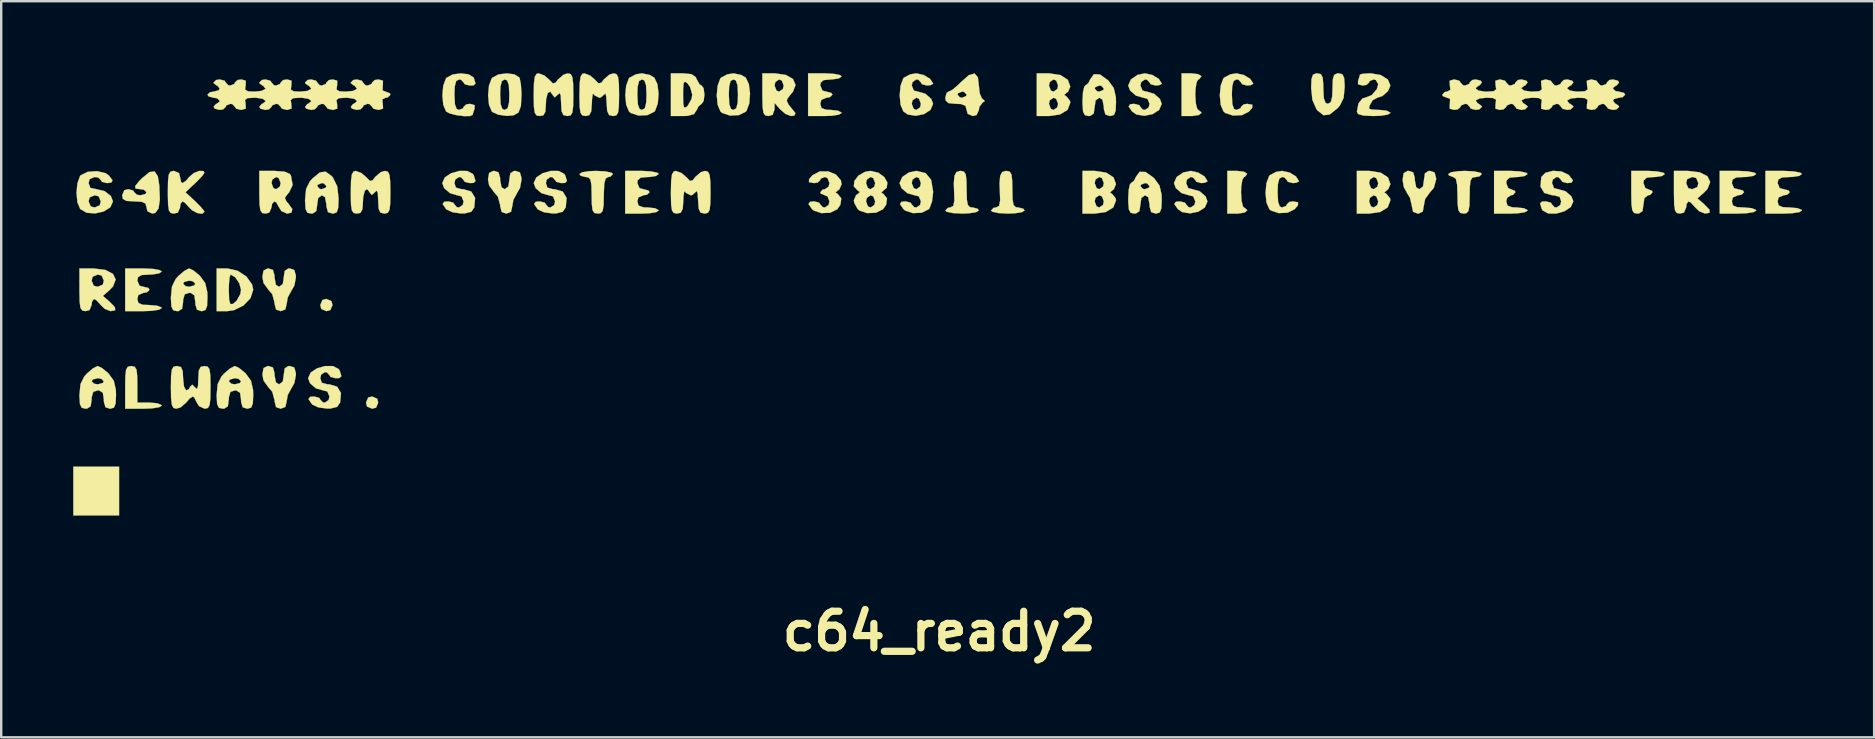
<source format=kicad_pcb>
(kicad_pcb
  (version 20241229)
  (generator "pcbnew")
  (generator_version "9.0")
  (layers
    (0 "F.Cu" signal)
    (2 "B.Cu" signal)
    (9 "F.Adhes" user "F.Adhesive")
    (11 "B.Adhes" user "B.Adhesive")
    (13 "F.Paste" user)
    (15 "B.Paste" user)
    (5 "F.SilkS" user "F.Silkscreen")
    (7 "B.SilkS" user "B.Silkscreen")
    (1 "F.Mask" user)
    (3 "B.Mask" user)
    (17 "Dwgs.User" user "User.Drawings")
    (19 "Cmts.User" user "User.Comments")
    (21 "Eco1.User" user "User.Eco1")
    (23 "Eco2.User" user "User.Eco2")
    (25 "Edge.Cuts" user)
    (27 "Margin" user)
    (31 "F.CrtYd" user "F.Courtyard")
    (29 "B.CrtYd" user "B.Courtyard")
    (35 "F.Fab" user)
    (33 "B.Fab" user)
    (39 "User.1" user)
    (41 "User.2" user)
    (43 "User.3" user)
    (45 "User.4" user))
  (footprint "c64_ready2"
    (layer "F.Cu")
    (at 36.073 23.246)
    (property "Reference" "c64_ready2" (at 0 0 0) (layer "F.SilkS") (effects (font (size 1.524 1.524) (thickness 0.3))))
    (attr through_hole)
    (fp_poly (pts (xy -34.163 -4.826) (xy -36.068 -4.826) (xy -36.068 -6.858) (xy -34.163 -6.858) (xy -34.163 -4.826)) (stroke (width 0.01) (type solid)) (fill yes) (layer "F.SilkS"))
    (fp_poly (pts (xy -25.315 -13.753) (xy -25.273 -13.589) (xy -25.363 -13.377) (xy -25.527 -13.335) (xy -25.739 -13.425) (xy -25.781 -13.589) (xy -25.691 -13.801) (xy -25.527 -13.843) (xy -25.315 -13.753)) (stroke (width 0.01) (type solid)) (fill yes) (layer "F.SilkS"))
    (fp_poly (pts (xy -23.41 -9.689) (xy -23.368 -9.525) (xy -23.458 -9.313) (xy -23.622 -9.271) (xy -23.834 -9.361) (xy -23.876 -9.525) (xy -23.786 -9.737) (xy -23.622 -9.779) (xy -23.41 -9.689)) (stroke (width 0.01) (type solid)) (fill yes) (layer "F.SilkS"))
    (fp_poly (pts (xy -33.513 -11.021) (xy -33.436 -10.899) (xy -33.406 -10.625) (xy -33.401 -10.287) (xy -33.401 -9.525) (xy -32.893 -9.525) (xy -32.575 -9.497) (xy -32.398 -9.426) (xy -32.385 -9.398) (xy -32.501 -9.33) (xy -32.803 -9.284) (xy -33.147 -9.271) (xy -33.909 -9.271) (xy -33.909 -10.16) (xy -33.902 -10.627) (xy -33.871 -10.895) (xy -33.801 -11.017) (xy -33.675 -11.049) (xy -33.655 -11.049) (xy -33.513 -11.021)) (stroke (width 0.01) (type solid)) (fill yes) (layer "F.SilkS"))
    (fp_poly (pts (xy 10.79 -23.207) (xy 10.921 -23.124) (xy 10.922 -23.114) (xy 10.825 -22.991) (xy 10.795 -22.987) (xy 10.723 -22.873) (xy 10.677 -22.581) (xy 10.668 -22.352) (xy 10.691 -21.99) (xy 10.749 -21.76) (xy 10.795 -21.717) (xy 10.918 -21.62) (xy 10.922 -21.59) (xy 10.811 -21.504) (xy 10.54 -21.463) (xy 10.509 -21.463) (xy 10.097 -21.463) (xy 10.097 -23.241) (xy 10.509 -23.241) (xy 10.79 -23.207)) (stroke (width 0.01) (type solid)) (fill yes) (layer "F.SilkS"))
    (fp_poly (pts (xy 12.695 -19.143) (xy 12.826 -19.06) (xy 12.827 -19.05) (xy 12.73 -18.927) (xy 12.7 -18.923) (xy 12.628 -18.809) (xy 12.582 -18.517) (xy 12.573 -18.288) (xy 12.596 -17.926) (xy 12.654 -17.696) (xy 12.7 -17.653) (xy 12.823 -17.556) (xy 12.827 -17.526) (xy 12.716 -17.44) (xy 12.445 -17.399) (xy 12.414 -17.399) (xy 12.002 -17.399) (xy 12.002 -19.177) (xy 12.414 -19.177) (xy 12.695 -19.143)) (stroke (width 0.01) (type solid)) (fill yes) (layer "F.SilkS"))
    (fp_poly (pts (xy -13.905 -19.156) (xy -13.651 -19.102) (xy -13.589 -19.05) (xy -13.692 -18.937) (xy -13.78 -18.923) (xy -13.89 -18.864) (xy -13.95 -18.657) (xy -13.97 -18.253) (xy -13.97 -18.161) (xy -13.979 -17.735) (xy -14.02 -17.505) (xy -14.111 -17.413) (xy -14.224 -17.399) (xy -14.366 -17.427) (xy -14.443 -17.549) (xy -14.473 -17.823) (xy -14.478 -18.161) (xy -14.487 -18.587) (xy -14.528 -18.817) (xy -14.619 -18.909) (xy -14.732 -18.923) (xy -14.938 -18.976) (xy -14.986 -19.05) (xy -14.871 -19.12) (xy -14.575 -19.166) (xy -14.287 -19.177) (xy -13.905 -19.156)) (stroke (width 0.01) (type solid)) (fill yes) (layer "F.SilkS"))
    (fp_poly (pts (xy 1.031 -19.149) (xy 1.108 -19.027) (xy 1.138 -18.753) (xy 1.143 -18.415) (xy 1.152 -17.989) (xy 1.193 -17.759) (xy 1.284 -17.667) (xy 1.397 -17.653) (xy 1.603 -17.6) (xy 1.651 -17.526) (xy 1.536 -17.456) (xy 1.24 -17.41) (xy 0.953 -17.399) (xy 0.57 -17.42) (xy 0.316 -17.474) (xy 0.254 -17.526) (xy 0.358 -17.637) (xy 0.455 -17.653) (xy 0.59 -17.719) (xy 0.633 -17.951) (xy 0.628 -18.129) (xy 0.609 -18.653) (xy 0.635 -18.971) (xy 0.719 -19.13) (xy 0.872 -19.177) (xy 0.889 -19.177) (xy 1.031 -19.149)) (stroke (width 0.01) (type solid)) (fill yes) (layer "F.SilkS"))
    (fp_poly (pts (xy 2.936 -19.149) (xy 3.013 -19.027) (xy 3.043 -18.753) (xy 3.048 -18.415) (xy 3.057 -17.989) (xy 3.098 -17.759) (xy 3.189 -17.667) (xy 3.302 -17.653) (xy 3.508 -17.6) (xy 3.556 -17.526) (xy 3.441 -17.456) (xy 3.145 -17.41) (xy 2.857 -17.399) (xy 2.475 -17.42) (xy 2.221 -17.474) (xy 2.159 -17.526) (xy 2.263 -17.637) (xy 2.36 -17.653) (xy 2.495 -17.719) (xy 2.538 -17.951) (xy 2.533 -18.129) (xy 2.514 -18.653) (xy 2.54 -18.971) (xy 2.624 -19.13) (xy 2.777 -19.177) (xy 2.794 -19.177) (xy 2.936 -19.149)) (stroke (width 0.01) (type solid)) (fill yes) (layer "F.SilkS"))
    (fp_poly (pts (xy 22.29 -19.156) (xy 22.544 -19.102) (xy 22.606 -19.05) (xy 22.5 -18.947) (xy 22.352 -18.923) (xy 22.21 -18.895) (xy 22.133 -18.773) (xy 22.103 -18.499) (xy 22.098 -18.161) (xy 22.089 -17.735) (xy 22.048 -17.505) (xy 21.957 -17.413) (xy 21.844 -17.399) (xy 21.702 -17.427) (xy 21.625 -17.549) (xy 21.595 -17.823) (xy 21.59 -18.161) (xy 21.575 -18.603) (xy 21.524 -18.841) (xy 21.422 -18.921) (xy 21.399 -18.923) (xy 21.23 -18.992) (xy 21.209 -19.05) (xy 21.324 -19.12) (xy 21.62 -19.166) (xy 21.907 -19.177) (xy 22.29 -19.156)) (stroke (width 0.01) (type solid)) (fill yes) (layer "F.SilkS"))
    (fp_poly (pts (xy -29.224 -15.018) (xy -28.857 -14.776) (xy -28.622 -14.447) (xy -28.575 -14.224) (xy -28.689 -13.873) (xy -28.982 -13.569) (xy -29.38 -13.374) (xy -29.649 -13.335) (xy -30.099 -13.335) (xy -30.099 -14.224) (xy -29.591 -14.224) (xy -29.579 -13.814) (xy -29.528 -13.628) (xy -29.417 -13.637) (xy -29.264 -13.77) (xy -29.113 -14.045) (xy -29.083 -14.224) (xy -29.155 -14.495) (xy -29.322 -14.742) (xy -29.509 -14.859) (xy -29.518 -14.859) (xy -29.56 -14.745) (xy -29.586 -14.453) (xy -29.591 -14.224) (xy -30.099 -14.224) (xy -30.099 -15.113) (xy -29.649 -15.113) (xy -29.224 -15.018)) (stroke (width 0.01) (type solid)) (fill yes) (layer "F.SilkS"))
    (fp_poly (pts (xy 29.91 -19.156) (xy 30.164 -19.102) (xy 30.226 -19.05) (xy 30.114 -18.966) (xy 29.84 -18.924) (xy 29.782 -18.923) (xy 29.475 -18.895) (xy 29.352 -18.784) (xy 29.337 -18.669) (xy 29.416 -18.462) (xy 29.527 -18.415) (xy 29.697 -18.346) (xy 29.718 -18.288) (xy 29.615 -18.175) (xy 29.527 -18.161) (xy 29.376 -18.047) (xy 29.337 -17.78) (xy 29.297 -17.501) (xy 29.149 -17.403) (xy 29.083 -17.399) (xy 28.95 -17.423) (xy 28.873 -17.531) (xy 28.838 -17.778) (xy 28.829 -18.217) (xy 28.829 -18.288) (xy 28.829 -19.177) (xy 29.527 -19.177) (xy 29.91 -19.156)) (stroke (width 0.01) (type solid)) (fill yes) (layer "F.SilkS"))
    (fp_poly (pts (xy -32.741 -15.094) (xy -32.466 -15.043) (xy -32.385 -14.986) (xy -32.498 -14.906) (xy -32.779 -14.862) (xy -32.893 -14.859) (xy -33.225 -14.838) (xy -33.372 -14.752) (xy -33.401 -14.605) (xy -33.311 -14.393) (xy -33.147 -14.351) (xy -32.941 -14.298) (xy -32.893 -14.224) (xy -32.999 -14.121) (xy -33.147 -14.097) (xy -33.359 -14.007) (xy -33.401 -13.843) (xy -33.358 -13.677) (xy -33.186 -13.603) (xy -32.893 -13.589) (xy -32.575 -13.561) (xy -32.398 -13.49) (xy -32.385 -13.462) (xy -32.501 -13.394) (xy -32.803 -13.348) (xy -33.147 -13.335) (xy -33.909 -13.335) (xy -33.909 -15.113) (xy -33.147 -15.113) (xy -32.741 -15.094)) (stroke (width 0.01) (type solid)) (fill yes) (layer "F.SilkS"))
    (fp_poly (pts (xy -12 -19.156) (xy -11.746 -19.102) (xy -11.684 -19.05) (xy -11.796 -18.966) (xy -12.07 -18.924) (xy -12.129 -18.923) (xy -12.435 -18.895) (xy -12.558 -18.784) (xy -12.573 -18.669) (xy -12.483 -18.457) (xy -12.319 -18.415) (xy -12.113 -18.362) (xy -12.065 -18.288) (xy -12.171 -18.185) (xy -12.319 -18.161) (xy -12.531 -18.071) (xy -12.573 -17.907) (xy -12.523 -17.732) (xy -12.329 -17.661) (xy -12.129 -17.653) (xy -11.835 -17.621) (xy -11.688 -17.543) (xy -11.684 -17.526) (xy -11.799 -17.456) (xy -12.095 -17.41) (xy -12.383 -17.399) (xy -13.081 -17.399) (xy -13.081 -19.177) (xy -12.383 -19.177) (xy -12 -19.156)) (stroke (width 0.01) (type solid)) (fill yes) (layer "F.SilkS"))
    (fp_poly (pts (xy -4.38 -23.22) (xy -4.126 -23.166) (xy -4.064 -23.114) (xy -4.176 -23.03) (xy -4.45 -22.988) (xy -4.508 -22.987) (xy -4.815 -22.959) (xy -4.938 -22.848) (xy -4.953 -22.733) (xy -4.863 -22.521) (xy -4.699 -22.479) (xy -4.493 -22.426) (xy -4.445 -22.352) (xy -4.551 -22.249) (xy -4.699 -22.225) (xy -4.911 -22.135) (xy -4.953 -21.971) (xy -4.903 -21.796) (xy -4.709 -21.725) (xy -4.508 -21.717) (xy -4.215 -21.685) (xy -4.068 -21.607) (xy -4.064 -21.59) (xy -4.179 -21.52) (xy -4.475 -21.474) (xy -4.763 -21.463) (xy -5.461 -21.463) (xy -5.461 -23.241) (xy -4.763 -23.241) (xy -4.38 -23.22)) (stroke (width 0.01) (type solid)) (fill yes) (layer "F.SilkS"))
    (fp_poly (pts (xy 24.195 -19.156) (xy 24.449 -19.102) (xy 24.511 -19.05) (xy 24.399 -18.966) (xy 24.125 -18.924) (xy 24.067 -18.923) (xy 23.76 -18.895) (xy 23.637 -18.784) (xy 23.622 -18.669) (xy 23.701 -18.462) (xy 23.812 -18.415) (xy 23.982 -18.346) (xy 24.003 -18.288) (xy 23.9 -18.175) (xy 23.812 -18.161) (xy 23.657 -18.055) (xy 23.622 -17.907) (xy 23.672 -17.732) (xy 23.866 -17.661) (xy 24.067 -17.653) (xy 24.36 -17.621) (xy 24.507 -17.543) (xy 24.511 -17.526) (xy 24.396 -17.456) (xy 24.1 -17.41) (xy 23.812 -17.399) (xy 23.114 -17.399) (xy 23.114 -19.177) (xy 23.812 -19.177) (xy 24.195 -19.156)) (stroke (width 0.01) (type solid)) (fill yes) (layer "F.SilkS"))
    (fp_poly (pts (xy 33.68 -19.158) (xy 33.955 -19.107) (xy 34.036 -19.05) (xy 33.923 -18.97) (xy 33.642 -18.926) (xy 33.528 -18.923) (xy 33.196 -18.902) (xy 33.049 -18.816) (xy 33.02 -18.669) (xy 33.11 -18.457) (xy 33.274 -18.415) (xy 33.48 -18.362) (xy 33.528 -18.288) (xy 33.422 -18.185) (xy 33.274 -18.161) (xy 33.062 -18.071) (xy 33.02 -17.907) (xy 33.063 -17.741) (xy 33.235 -17.667) (xy 33.528 -17.653) (xy 33.846 -17.625) (xy 34.023 -17.554) (xy 34.036 -17.526) (xy 33.92 -17.458) (xy 33.618 -17.412) (xy 33.274 -17.399) (xy 32.512 -17.399) (xy 32.512 -19.177) (xy 33.274 -19.177) (xy 33.68 -19.158)) (stroke (width 0.01) (type solid)) (fill yes) (layer "F.SilkS"))
    (fp_poly (pts (xy 35.585 -19.158) (xy 35.86 -19.107) (xy 35.941 -19.05) (xy 35.828 -18.97) (xy 35.547 -18.926) (xy 35.433 -18.923) (xy 35.101 -18.902) (xy 34.954 -18.816) (xy 34.925 -18.669) (xy 35.015 -18.457) (xy 35.179 -18.415) (xy 35.385 -18.362) (xy 35.433 -18.288) (xy 35.327 -18.185) (xy 35.179 -18.161) (xy 34.967 -18.071) (xy 34.925 -17.907) (xy 34.968 -17.741) (xy 35.14 -17.667) (xy 35.433 -17.653) (xy 35.751 -17.625) (xy 35.928 -17.554) (xy 35.941 -17.526) (xy 35.825 -17.458) (xy 35.523 -17.412) (xy 35.179 -17.399) (xy 34.417 -17.399) (xy 34.417 -19.177) (xy 35.179 -19.177) (xy 35.585 -19.158)) (stroke (width 0.01) (type solid)) (fill yes) (layer "F.SilkS"))
    (fp_poly (pts (xy -32.548 -18.951) (xy -32.487 -18.574) (xy -32.464 -17.983) (xy -32.518 -17.609) (xy -32.655 -17.427) (xy -32.781 -17.399) (xy -32.982 -17.496) (xy -33.02 -17.653) (xy -33.063 -17.819) (xy -33.235 -17.893) (xy -33.528 -17.907) (xy -33.86 -17.928) (xy -34.007 -18.014) (xy -34.036 -18.161) (xy -33.946 -18.373) (xy -33.782 -18.415) (xy -33.576 -18.362) (xy -33.528 -18.288) (xy -33.422 -18.185) (xy -33.274 -18.161) (xy -33.068 -18.214) (xy -33.02 -18.288) (xy -33.126 -18.391) (xy -33.274 -18.415) (xy -33.477 -18.44) (xy -33.496 -18.541) (xy -33.326 -18.753) (xy -33.216 -18.865) (xy -32.899 -19.126) (xy -32.682 -19.156) (xy -32.548 -18.951)) (stroke (width 0.01) (type solid)) (fill yes) (layer "F.SilkS"))
    (fp_poly (pts (xy -26.863 -15.051) (xy -26.799 -14.824) (xy -26.797 -14.741) (xy -26.86 -14.403) (xy -26.988 -14.179) (xy -27.136 -13.907) (xy -27.178 -13.662) (xy -27.234 -13.408) (xy -27.43 -13.335) (xy -27.432 -13.335) (xy -27.623 -13.401) (xy -27.685 -13.638) (xy -27.686 -13.688) (xy -27.783 -14.043) (xy -27.94 -14.224) (xy -28.145 -14.506) (xy -28.194 -14.76) (xy -28.147 -15.026) (xy -27.976 -15.112) (xy -27.94 -15.113) (xy -27.754 -15.053) (xy -27.689 -14.83) (xy -27.686 -14.732) (xy -27.629 -14.43) (xy -27.495 -14.351) (xy -27.344 -14.465) (xy -27.305 -14.732) (xy -27.265 -15.011) (xy -27.117 -15.109) (xy -27.051 -15.113) (xy -26.863 -15.051)) (stroke (width 0.01) (type solid)) (fill yes) (layer "F.SilkS"))
    (fp_poly (pts (xy -26.863 -10.987) (xy -26.799 -10.76) (xy -26.797 -10.677) (xy -26.86 -10.339) (xy -26.988 -10.115) (xy -27.136 -9.843) (xy -27.178 -9.598) (xy -27.234 -9.344) (xy -27.43 -9.271) (xy -27.432 -9.271) (xy -27.623 -9.337) (xy -27.685 -9.574) (xy -27.686 -9.624) (xy -27.783 -9.979) (xy -27.94 -10.16) (xy -28.145 -10.442) (xy -28.194 -10.696) (xy -28.147 -10.962) (xy -27.976 -11.048) (xy -27.94 -11.049) (xy -27.754 -10.989) (xy -27.689 -10.766) (xy -27.686 -10.668) (xy -27.629 -10.366) (xy -27.495 -10.287) (xy -27.344 -10.401) (xy -27.305 -10.668) (xy -27.265 -10.947) (xy -27.117 -11.045) (xy -27.051 -11.049) (xy -26.863 -10.987)) (stroke (width 0.01) (type solid)) (fill yes) (layer "F.SilkS"))
    (fp_poly (pts (xy -17.465 -19.115) (xy -17.401 -18.888) (xy -17.399 -18.805) (xy -17.462 -18.467) (xy -17.59 -18.243) (xy -17.738 -17.971) (xy -17.78 -17.726) (xy -17.836 -17.472) (xy -18.032 -17.399) (xy -18.034 -17.399) (xy -18.225 -17.465) (xy -18.287 -17.702) (xy -18.288 -17.752) (xy -18.385 -18.107) (xy -18.542 -18.288) (xy -18.747 -18.57) (xy -18.796 -18.824) (xy -18.749 -19.09) (xy -18.578 -19.176) (xy -18.542 -19.177) (xy -18.356 -19.117) (xy -18.291 -18.894) (xy -18.288 -18.796) (xy -18.231 -18.494) (xy -18.098 -18.415) (xy -17.946 -18.529) (xy -17.907 -18.796) (xy -17.867 -19.075) (xy -17.719 -19.173) (xy -17.653 -19.177) (xy -17.465 -19.115)) (stroke (width 0.01) (type solid)) (fill yes) (layer "F.SilkS"))
    (fp_poly (pts (xy 20.638 -19.111) (xy 20.7 -18.874) (xy 20.701 -18.824) (xy 20.604 -18.469) (xy 20.447 -18.288) (xy 20.242 -18.006) (xy 20.193 -17.752) (xy 20.146 -17.486) (xy 19.975 -17.4) (xy 19.939 -17.399) (xy 19.742 -17.471) (xy 19.685 -17.723) (xy 19.685 -17.726) (xy 19.613 -18.052) (xy 19.494 -18.243) (xy 19.353 -18.506) (xy 19.304 -18.805) (xy 19.346 -19.08) (xy 19.501 -19.174) (xy 19.558 -19.177) (xy 19.744 -19.117) (xy 19.809 -18.894) (xy 19.812 -18.796) (xy 19.869 -18.494) (xy 20.003 -18.415) (xy 20.154 -18.529) (xy 20.193 -18.796) (xy 20.233 -19.075) (xy 20.381 -19.173) (xy 20.447 -19.177) (xy 20.638 -19.111)) (stroke (width 0.01) (type solid)) (fill yes) (layer "F.SilkS"))
    (fp_poly (pts (xy 16.795 -23.204) (xy 16.87 -23.05) (xy 16.891 -22.715) (xy 16.891 -22.664) (xy 16.847 -22.217) (xy 16.69 -21.898) (xy 16.579 -21.775) (xy 16.263 -21.524) (xy 16.008 -21.497) (xy 15.758 -21.694) (xy 15.716 -21.745) (xy 15.547 -22.129) (xy 15.494 -22.632) (xy 15.509 -23.003) (xy 15.57 -23.185) (xy 15.704 -23.24) (xy 15.748 -23.241) (xy 15.9 -23.208) (xy 15.976 -23.066) (xy 16.001 -22.753) (xy 16.002 -22.606) (xy 16.022 -22.207) (xy 16.093 -22.012) (xy 16.192 -21.971) (xy 16.312 -22.039) (xy 16.371 -22.274) (xy 16.383 -22.606) (xy 16.396 -22.987) (xy 16.453 -23.177) (xy 16.578 -23.238) (xy 16.637 -23.241) (xy 16.795 -23.204)) (stroke (width 0.01) (type solid)) (fill yes) (layer "F.SilkS"))
    (fp_poly (pts (xy -12.058 -23.175) (xy -11.865 -23.06) (xy -11.738 -22.791) (xy -11.69 -22.395) (xy -11.721 -21.988) (xy -11.833 -21.684) (xy -11.865 -21.644) (xy -12.156 -21.5) (xy -12.526 -21.482) (xy -12.848 -21.589) (xy -12.922 -21.653) (xy -13.038 -21.928) (xy -13.076 -22.324) (xy -13.074 -22.352) (xy -12.573 -22.352) (xy -12.553 -21.953) (xy -12.482 -21.758) (xy -12.383 -21.717) (xy -12.263 -21.785) (xy -12.204 -22.02) (xy -12.192 -22.352) (xy -12.212 -22.751) (xy -12.283 -22.946) (xy -12.383 -22.987) (xy -12.502 -22.919) (xy -12.561 -22.684) (xy -12.573 -22.352) (xy -13.074 -22.352) (xy -13.039 -22.728) (xy -12.929 -23.025) (xy -12.9 -23.06) (xy -12.638 -23.199) (xy -12.383 -23.241) (xy -12.058 -23.175)) (stroke (width 0.01) (type solid)) (fill yes) (layer "F.SilkS"))
    (fp_poly (pts (xy -8.248 -23.175) (xy -8.055 -23.06) (xy -7.928 -22.791) (xy -7.88 -22.395) (xy -7.911 -21.988) (xy -8.023 -21.684) (xy -8.055 -21.644) (xy -8.346 -21.5) (xy -8.716 -21.482) (xy -9.038 -21.589) (xy -9.112 -21.653) (xy -9.228 -21.928) (xy -9.266 -22.324) (xy -9.264 -22.352) (xy -8.763 -22.352) (xy -8.743 -21.953) (xy -8.672 -21.758) (xy -8.572 -21.717) (xy -8.453 -21.785) (xy -8.394 -22.02) (xy -8.382 -22.352) (xy -8.402 -22.751) (xy -8.473 -22.946) (xy -8.572 -22.987) (xy -8.692 -22.919) (xy -8.751 -22.684) (xy -8.763 -22.352) (xy -9.264 -22.352) (xy -9.229 -22.728) (xy -9.119 -23.025) (xy -9.09 -23.06) (xy -8.828 -23.199) (xy -8.572 -23.241) (xy -8.248 -23.175)) (stroke (width 0.01) (type solid)) (fill yes) (layer "F.SilkS"))
    (fp_poly (pts (xy -10.323 -23.208) (xy -10.144 -23.089) (xy -10.097 -22.987) (xy -9.982 -22.782) (xy -9.897 -22.733) (xy -9.814 -22.623) (xy -9.779 -22.357) (xy -9.779 -22.352) (xy -9.813 -22.084) (xy -9.896 -21.971) (xy -9.897 -21.971) (xy -10.026 -21.866) (xy -10.097 -21.717) (xy -10.216 -21.542) (xy -10.473 -21.47) (xy -10.677 -21.463) (xy -11.176 -21.463) (xy -11.176 -22.352) (xy -10.668 -22.352) (xy -10.66 -21.979) (xy -10.625 -21.819) (xy -10.545 -21.829) (xy -10.477 -21.889) (xy -10.318 -22.172) (xy -10.287 -22.352) (xy -10.374 -22.666) (xy -10.477 -22.815) (xy -10.588 -22.898) (xy -10.646 -22.834) (xy -10.666 -22.581) (xy -10.668 -22.352) (xy -11.176 -22.352) (xy -11.176 -23.241) (xy -10.677 -23.241) (xy -10.323 -23.208)) (stroke (width 0.01) (type solid)) (fill yes) (layer "F.SilkS"))
    (fp_poly (pts (xy 12.69 -23.173) (xy 12.956 -23.012) (xy 13.08 -22.82) (xy 13.081 -22.806) (xy 12.974 -22.747) (xy 12.827 -22.733) (xy 12.621 -22.786) (xy 12.573 -22.86) (xy 12.47 -22.973) (xy 12.383 -22.987) (xy 12.263 -22.919) (xy 12.204 -22.684) (xy 12.192 -22.352) (xy 12.212 -21.953) (xy 12.283 -21.758) (xy 12.383 -21.717) (xy 12.552 -21.786) (xy 12.573 -21.844) (xy 12.679 -21.947) (xy 12.827 -21.971) (xy 13.045 -21.934) (xy 13.039 -21.806) (xy 12.9 -21.644) (xy 12.609 -21.5) (xy 12.239 -21.482) (xy 11.917 -21.589) (xy 11.843 -21.653) (xy 11.727 -21.928) (xy 11.689 -22.324) (xy 11.726 -22.728) (xy 11.836 -23.025) (xy 11.865 -23.06) (xy 12.127 -23.199) (xy 12.383 -23.241) (xy 12.69 -23.173)) (stroke (width 0.01) (type solid)) (fill yes) (layer "F.SilkS"))
    (fp_poly (pts (xy 14.595 -19.109) (xy 14.861 -18.948) (xy 14.985 -18.756) (xy 14.986 -18.742) (xy 14.879 -18.683) (xy 14.732 -18.669) (xy 14.526 -18.722) (xy 14.478 -18.796) (xy 14.375 -18.909) (xy 14.287 -18.923) (xy 14.168 -18.855) (xy 14.109 -18.62) (xy 14.097 -18.288) (xy 14.117 -17.889) (xy 14.188 -17.694) (xy 14.287 -17.653) (xy 14.457 -17.722) (xy 14.478 -17.78) (xy 14.584 -17.883) (xy 14.732 -17.907) (xy 14.95 -17.87) (xy 14.944 -17.742) (xy 14.805 -17.58) (xy 14.514 -17.436) (xy 14.144 -17.418) (xy 13.822 -17.525) (xy 13.748 -17.589) (xy 13.632 -17.864) (xy 13.594 -18.26) (xy 13.631 -18.664) (xy 13.741 -18.961) (xy 13.77 -18.996) (xy 14.032 -19.135) (xy 14.287 -19.177) (xy 14.595 -19.109)) (stroke (width 0.01) (type solid)) (fill yes) (layer "F.SilkS"))
    (fp_poly (pts (xy -17.693 -23.198) (xy -17.49 -23.069) (xy -17.476 -23.04) (xy -17.425 -22.784) (xy -17.4 -22.416) (xy -17.399 -22.352) (xy -17.424 -21.881) (xy -17.523 -21.61) (xy -17.731 -21.49) (xy -18.016 -21.468) (xy -18.368 -21.518) (xy -18.618 -21.634) (xy -18.637 -21.653) (xy -18.753 -21.928) (xy -18.791 -22.324) (xy -18.789 -22.352) (xy -18.288 -22.352) (xy -18.268 -21.953) (xy -18.197 -21.758) (xy -18.098 -21.717) (xy -17.978 -21.785) (xy -17.919 -22.02) (xy -17.907 -22.352) (xy -17.927 -22.751) (xy -17.998 -22.946) (xy -18.098 -22.987) (xy -18.217 -22.919) (xy -18.276 -22.684) (xy -18.288 -22.352) (xy -18.789 -22.352) (xy -18.754 -22.728) (xy -18.644 -23.025) (xy -18.615 -23.06) (xy -18.358 -23.195) (xy -18.016 -23.24) (xy -17.693 -23.198)) (stroke (width 0.01) (type solid)) (fill yes) (layer "F.SilkS"))
    (fp_poly (pts (xy -34.734 -15.053) (xy -34.417 -14.889) (xy -34.304 -14.651) (xy -34.414 -14.364) (xy -34.563 -14.207) (xy -34.837 -13.97) (xy -34.563 -13.733) (xy -34.335 -13.498) (xy -34.326 -13.371) (xy -34.516 -13.335) (xy -34.762 -13.431) (xy -34.925 -13.589) (xy -35.101 -13.784) (xy -35.207 -13.843) (xy -35.288 -13.736) (xy -35.306 -13.589) (xy -35.396 -13.377) (xy -35.56 -13.335) (xy -35.693 -13.359) (xy -35.77 -13.467) (xy -35.805 -13.714) (xy -35.814 -14.153) (xy -35.814 -14.224) (xy -35.814 -14.605) (xy -35.306 -14.605) (xy -35.216 -14.393) (xy -35.052 -14.351) (xy -34.84 -14.441) (xy -34.798 -14.605) (xy -34.888 -14.817) (xy -35.052 -14.859) (xy -35.264 -14.769) (xy -35.306 -14.605) (xy -35.814 -14.605) (xy -35.814 -15.113) (xy -35.233 -15.113) (xy -34.734 -15.053)) (stroke (width 0.01) (type solid)) (fill yes) (layer "F.SilkS"))
    (fp_poly (pts (xy -19.598 -23.198) (xy -19.395 -23.069) (xy -19.381 -23.04) (xy -19.314 -22.815) (xy -19.397 -22.74) (xy -19.558 -22.733) (xy -19.764 -22.786) (xy -19.812 -22.86) (xy -19.915 -22.973) (xy -20.003 -22.987) (xy -20.122 -22.919) (xy -20.181 -22.684) (xy -20.193 -22.352) (xy -20.173 -21.953) (xy -20.102 -21.758) (xy -20.003 -21.717) (xy -19.833 -21.786) (xy -19.812 -21.844) (xy -19.705 -21.945) (xy -19.544 -21.971) (xy -19.351 -21.918) (xy -19.354 -21.77) (xy -19.421 -21.568) (xy -19.431 -21.516) (xy -19.538 -21.461) (xy -19.797 -21.459) (xy -20.115 -21.5) (xy -20.397 -21.573) (xy -20.542 -21.653) (xy -20.658 -21.928) (xy -20.696 -22.324) (xy -20.659 -22.728) (xy -20.549 -23.025) (xy -20.52 -23.06) (xy -20.263 -23.195) (xy -19.921 -23.24) (xy -19.598 -23.198)) (stroke (width 0.01) (type solid)) (fill yes) (layer "F.SilkS"))
    (fp_poly (pts (xy -6.387 -23.176) (xy -6.089 -23.003) (xy -5.982 -22.757) (xy -6.093 -22.472) (xy -6.16 -22.397) (xy -6.315 -22.196) (xy -6.35 -22.098) (xy -6.269 -21.929) (xy -6.16 -21.799) (xy -5.988 -21.583) (xy -6.034 -21.48) (xy -6.176 -21.463) (xy -6.407 -21.553) (xy -6.621 -21.736) (xy -6.858 -22.01) (xy -6.858 -21.736) (xy -6.938 -21.512) (xy -7.112 -21.463) (xy -7.245 -21.487) (xy -7.322 -21.595) (xy -7.357 -21.842) (xy -7.366 -22.281) (xy -7.366 -22.352) (xy -7.366 -22.733) (xy -6.858 -22.733) (xy -6.779 -22.526) (xy -6.668 -22.479) (xy -6.512 -22.585) (xy -6.477 -22.733) (xy -6.556 -22.94) (xy -6.668 -22.987) (xy -6.823 -22.881) (xy -6.858 -22.733) (xy -7.366 -22.733) (xy -7.366 -23.241) (xy -6.849 -23.241) (xy -6.387 -23.176)) (stroke (width 0.01) (type solid)) (fill yes) (layer "F.SilkS"))
    (fp_poly (pts (xy 31.687 -19.117) (xy 32.004 -18.953) (xy 32.117 -18.715) (xy 32.007 -18.428) (xy 31.858 -18.271) (xy 31.584 -18.034) (xy 31.858 -17.797) (xy 32.086 -17.562) (xy 32.095 -17.435) (xy 31.905 -17.399) (xy 31.659 -17.495) (xy 31.496 -17.653) (xy 31.32 -17.848) (xy 31.214 -17.907) (xy 31.133 -17.8) (xy 31.115 -17.653) (xy 31.025 -17.441) (xy 30.861 -17.399) (xy 30.728 -17.423) (xy 30.651 -17.531) (xy 30.616 -17.778) (xy 30.607 -18.217) (xy 30.607 -18.288) (xy 30.607 -18.669) (xy 31.115 -18.669) (xy 31.205 -18.457) (xy 31.369 -18.415) (xy 31.581 -18.505) (xy 31.623 -18.669) (xy 31.533 -18.881) (xy 31.369 -18.923) (xy 31.157 -18.833) (xy 31.115 -18.669) (xy 30.607 -18.669) (xy 30.607 -19.177) (xy 31.188 -19.177) (xy 31.687 -19.117)) (stroke (width 0.01) (type solid)) (fill yes) (layer "F.SilkS"))
    (fp_poly (pts (xy 1.612 -23.075) (xy 1.651 -22.744) (xy 1.688 -22.408) (xy 1.78 -22.195) (xy 1.81 -22.172) (xy 1.903 -22.089) (xy 1.81 -22.024) (xy 1.676 -21.849) (xy 1.651 -21.706) (xy 1.556 -21.502) (xy 1.397 -21.463) (xy 1.185 -21.553) (xy 1.143 -21.717) (xy 1.093 -21.892) (xy 0.899 -21.963) (xy 0.699 -21.971) (xy 0.392 -21.999) (xy 0.269 -22.11) (xy 0.254 -22.225) (xy 0.29 -22.352) (xy 0.762 -22.352) (xy 0.865 -22.239) (xy 0.953 -22.225) (xy 1.122 -22.294) (xy 1.143 -22.352) (xy 1.04 -22.465) (xy 0.953 -22.479) (xy 0.783 -22.41) (xy 0.762 -22.352) (xy 0.29 -22.352) (xy 0.312 -22.431) (xy 0.394 -22.479) (xy 0.562 -22.565) (xy 0.81 -22.779) (xy 0.889 -22.86) (xy 1.231 -23.164) (xy 1.473 -23.236) (xy 1.612 -23.075)) (stroke (width 0.01) (type solid)) (fill yes) (layer "F.SilkS"))
    (fp_poly (pts (xy 5.053 -23.169) (xy 5.359 -22.971) (xy 5.461 -22.689) (xy 5.368 -22.474) (xy 5.302 -22.426) (xy 5.209 -22.343) (xy 5.302 -22.278) (xy 5.447 -22.1) (xy 5.461 -22.015) (xy 5.347 -21.719) (xy 5.03 -21.527) (xy 4.581 -21.463) (xy 4.064 -21.463) (xy 4.064 -21.971) (xy 4.572 -21.971) (xy 4.651 -21.764) (xy 4.763 -21.717) (xy 4.918 -21.823) (xy 4.953 -21.971) (xy 4.874 -22.178) (xy 4.763 -22.225) (xy 4.607 -22.119) (xy 4.572 -21.971) (xy 4.064 -21.971) (xy 4.064 -22.733) (xy 4.572 -22.733) (xy 4.651 -22.526) (xy 4.763 -22.479) (xy 4.918 -22.585) (xy 4.953 -22.733) (xy 4.874 -22.94) (xy 4.763 -22.987) (xy 4.607 -22.881) (xy 4.572 -22.733) (xy 4.064 -22.733) (xy 4.064 -23.241) (xy 4.581 -23.241) (xy 5.053 -23.169)) (stroke (width 0.01) (type solid)) (fill yes) (layer "F.SilkS"))
    (fp_poly (pts (xy 6.958 -19.105) (xy 7.264 -18.907) (xy 7.366 -18.625) (xy 7.273 -18.41) (xy 7.207 -18.362) (xy 7.114 -18.279) (xy 7.207 -18.214) (xy 7.352 -18.036) (xy 7.366 -17.951) (xy 7.252 -17.655) (xy 6.935 -17.463) (xy 6.486 -17.399) (xy 5.969 -17.399) (xy 5.969 -17.907) (xy 6.477 -17.907) (xy 6.556 -17.7) (xy 6.668 -17.653) (xy 6.823 -17.759) (xy 6.858 -17.907) (xy 6.779 -18.114) (xy 6.668 -18.161) (xy 6.512 -18.055) (xy 6.477 -17.907) (xy 5.969 -17.907) (xy 5.969 -18.669) (xy 6.477 -18.669) (xy 6.556 -18.462) (xy 6.668 -18.415) (xy 6.823 -18.521) (xy 6.858 -18.669) (xy 6.779 -18.876) (xy 6.668 -18.923) (xy 6.512 -18.817) (xy 6.477 -18.669) (xy 5.969 -18.669) (xy 5.969 -19.177) (xy 6.486 -19.177) (xy 6.958 -19.105)) (stroke (width 0.01) (type solid)) (fill yes) (layer "F.SilkS"))
    (fp_poly (pts (xy 18.388 -19.105) (xy 18.694 -18.907) (xy 18.796 -18.625) (xy 18.703 -18.41) (xy 18.637 -18.362) (xy 18.544 -18.279) (xy 18.637 -18.214) (xy 18.782 -18.036) (xy 18.796 -17.951) (xy 18.682 -17.655) (xy 18.365 -17.463) (xy 17.916 -17.399) (xy 17.399 -17.399) (xy 17.399 -17.907) (xy 17.907 -17.907) (xy 17.986 -17.7) (xy 18.098 -17.653) (xy 18.253 -17.759) (xy 18.288 -17.907) (xy 18.209 -18.114) (xy 18.098 -18.161) (xy 17.942 -18.055) (xy 17.907 -17.907) (xy 17.399 -17.907) (xy 17.399 -18.669) (xy 17.907 -18.669) (xy 17.986 -18.462) (xy 18.098 -18.415) (xy 18.253 -18.521) (xy 18.288 -18.669) (xy 18.209 -18.876) (xy 18.098 -18.923) (xy 17.942 -18.817) (xy 17.907 -18.669) (xy 17.399 -18.669) (xy 17.399 -19.177) (xy 17.916 -19.177) (xy 18.388 -19.105)) (stroke (width 0.01) (type solid)) (fill yes) (layer "F.SilkS"))
    (fp_poly (pts (xy -31.665 -19.087) (xy -31.623 -18.923) (xy -31.581 -18.716) (xy -31.524 -18.669) (xy -31.382 -18.761) (xy -31.242 -18.923) (xy -31.053 -19.086) (xy -30.824 -19.177) (xy -30.648 -19.171) (xy -30.607 -19.101) (xy -30.691 -18.975) (xy -30.903 -18.751) (xy -31.001 -18.656) (xy -31.396 -18.288) (xy -31.001 -17.92) (xy -30.758 -17.676) (xy -30.619 -17.506) (xy -30.607 -17.475) (xy -30.697 -17.39) (xy -30.902 -17.421) (xy -31.128 -17.54) (xy -31.242 -17.653) (xy -31.418 -17.848) (xy -31.524 -17.907) (xy -31.605 -17.8) (xy -31.623 -17.653) (xy -31.713 -17.441) (xy -31.877 -17.399) (xy -32.01 -17.423) (xy -32.087 -17.531) (xy -32.122 -17.778) (xy -32.131 -18.217) (xy -32.131 -18.288) (xy -32.124 -18.755) (xy -32.093 -19.023) (xy -32.023 -19.145) (xy -31.897 -19.177) (xy -31.877 -19.177) (xy -31.665 -19.087)) (stroke (width 0.01) (type solid)) (fill yes) (layer "F.SilkS"))
    (fp_poly (pts (xy -27.274 -19.148) (xy -27.051 -19.052) (xy -27.001 -18.976) (xy -26.932 -18.59) (xy -27.079 -18.281) (xy -27.124 -18.234) (xy -27.257 -18.058) (xy -27.192 -17.906) (xy -27.124 -17.834) (xy -26.944 -17.586) (xy -26.986 -17.436) (xy -27.169 -17.399) (xy -27.403 -17.505) (xy -27.495 -17.653) (xy -27.61 -17.858) (xy -27.695 -17.907) (xy -27.791 -17.801) (xy -27.813 -17.653) (xy -27.903 -17.441) (xy -28.067 -17.399) (xy -28.2 -17.423) (xy -28.277 -17.531) (xy -28.312 -17.778) (xy -28.321 -18.217) (xy -28.321 -18.288) (xy -28.321 -18.669) (xy -27.813 -18.669) (xy -27.734 -18.462) (xy -27.622 -18.415) (xy -27.467 -18.521) (xy -27.432 -18.669) (xy -27.511 -18.876) (xy -27.622 -18.923) (xy -27.778 -18.817) (xy -27.813 -18.669) (xy -28.321 -18.669) (xy -28.321 -19.177) (xy -27.7 -19.177) (xy -27.274 -19.148)) (stroke (width 0.01) (type solid)) (fill yes) (layer "F.SilkS"))
    (fp_poly (pts (xy -25.314 -18.968) (xy -25.256 -18.904) (xy -25.072 -18.525) (xy -25.019 -18.015) (xy -25.033 -17.641) (xy -25.093 -17.457) (xy -25.225 -17.401) (xy -25.273 -17.399) (xy -25.459 -17.459) (xy -25.524 -17.682) (xy -25.527 -17.78) (xy -25.584 -18.082) (xy -25.718 -18.161) (xy -25.869 -18.047) (xy -25.908 -17.78) (xy -25.948 -17.501) (xy -26.096 -17.403) (xy -26.162 -17.399) (xy -26.32 -17.436) (xy -26.395 -17.59) (xy -26.416 -17.925) (xy -26.416 -17.976) (xy -26.372 -18.423) (xy -26.314 -18.542) (xy -25.908 -18.542) (xy -25.805 -18.429) (xy -25.718 -18.415) (xy -25.548 -18.484) (xy -25.527 -18.542) (xy -25.63 -18.655) (xy -25.718 -18.669) (xy -25.887 -18.6) (xy -25.908 -18.542) (xy -26.314 -18.542) (xy -26.215 -18.742) (xy -26.104 -18.865) (xy -25.8 -19.114) (xy -25.559 -19.147) (xy -25.314 -18.968)) (stroke (width 0.01) (type solid)) (fill yes) (layer "F.SilkS"))
    (fp_poly (pts (xy -0.564 -19.084) (xy -0.334 -18.801) (xy -0.254 -18.317) (xy -0.254 -18.288) (xy -0.296 -17.911) (xy -0.4 -17.626) (xy -0.435 -17.58) (xy -0.726 -17.436) (xy -1.096 -17.418) (xy -1.418 -17.525) (xy -1.492 -17.589) (xy -1.636 -17.799) (xy -1.567 -17.892) (xy -1.397 -17.907) (xy -1.191 -17.854) (xy -1.143 -17.78) (xy -1.04 -17.667) (xy -0.953 -17.653) (xy -0.797 -17.759) (xy -0.762 -17.907) (xy -0.85 -18.118) (xy -1.025 -18.161) (xy -1.329 -18.249) (xy -1.571 -18.459) (xy -1.651 -18.669) (xy -1.143 -18.669) (xy -1.064 -18.462) (xy -0.953 -18.415) (xy -0.797 -18.521) (xy -0.762 -18.669) (xy -0.841 -18.876) (xy -0.953 -18.923) (xy -1.108 -18.817) (xy -1.143 -18.669) (xy -1.651 -18.669) (xy -1.539 -18.923) (xy -1.262 -19.113) (xy -0.953 -19.177) (xy -0.564 -19.084)) (stroke (width 0.01) (type solid)) (fill yes) (layer "F.SilkS"))
    (fp_poly (pts (xy 8.88 -23.173) (xy 9.146 -23.012) (xy 9.27 -22.82) (xy 9.271 -22.806) (xy 9.164 -22.747) (xy 9.017 -22.733) (xy 8.811 -22.786) (xy 8.763 -22.86) (xy 8.66 -22.973) (xy 8.572 -22.987) (xy 8.417 -22.881) (xy 8.382 -22.733) (xy 8.47 -22.522) (xy 8.645 -22.479) (xy 8.949 -22.391) (xy 9.191 -22.181) (xy 9.271 -21.971) (xy 9.162 -21.717) (xy 8.892 -21.543) (xy 8.547 -21.472) (xy 8.215 -21.526) (xy 8.033 -21.653) (xy 7.889 -21.863) (xy 7.958 -21.956) (xy 8.128 -21.971) (xy 8.334 -21.918) (xy 8.382 -21.844) (xy 8.485 -21.731) (xy 8.572 -21.717) (xy 8.728 -21.823) (xy 8.763 -21.971) (xy 8.675 -22.182) (xy 8.5 -22.225) (xy 8.196 -22.313) (xy 7.954 -22.523) (xy 7.874 -22.733) (xy 7.986 -22.987) (xy 8.263 -23.177) (xy 8.572 -23.241) (xy 8.88 -23.173)) (stroke (width 0.01) (type solid)) (fill yes) (layer "F.SilkS"))
    (fp_poly (pts (xy 10.785 -19.109) (xy 11.051 -18.948) (xy 11.175 -18.756) (xy 11.176 -18.742) (xy 11.069 -18.683) (xy 10.922 -18.669) (xy 10.716 -18.722) (xy 10.668 -18.796) (xy 10.565 -18.909) (xy 10.477 -18.923) (xy 10.322 -18.817) (xy 10.287 -18.669) (xy 10.375 -18.458) (xy 10.55 -18.415) (xy 10.854 -18.327) (xy 11.096 -18.117) (xy 11.176 -17.907) (xy 11.067 -17.653) (xy 10.797 -17.479) (xy 10.452 -17.408) (xy 10.12 -17.462) (xy 9.938 -17.589) (xy 9.794 -17.799) (xy 9.863 -17.892) (xy 10.033 -17.907) (xy 10.239 -17.854) (xy 10.287 -17.78) (xy 10.39 -17.667) (xy 10.477 -17.653) (xy 10.633 -17.759) (xy 10.668 -17.907) (xy 10.58 -18.118) (xy 10.405 -18.161) (xy 10.101 -18.249) (xy 9.859 -18.459) (xy 9.779 -18.669) (xy 9.891 -18.923) (xy 10.168 -19.113) (xy 10.477 -19.177) (xy 10.785 -19.109)) (stroke (width 0.01) (type solid)) (fill yes) (layer "F.SilkS"))
    (fp_poly (pts (xy -34.721 -19.08) (xy -34.598 -18.996) (xy -34.435 -18.787) (xy -34.492 -18.687) (xy -34.671 -18.669) (xy -34.877 -18.722) (xy -34.925 -18.796) (xy -35.031 -18.899) (xy -35.179 -18.923) (xy -35.391 -18.833) (xy -35.433 -18.669) (xy -35.361 -18.472) (xy -35.109 -18.415) (xy -35.106 -18.415) (xy -34.763 -18.333) (xy -34.504 -18.13) (xy -34.417 -17.907) (xy -34.527 -17.661) (xy -34.803 -17.487) (xy -35.16 -17.405) (xy -35.515 -17.433) (xy -35.782 -17.589) (xy -35.898 -17.864) (xy -35.902 -17.907) (xy -35.433 -17.907) (xy -35.343 -17.695) (xy -35.179 -17.653) (xy -34.967 -17.743) (xy -34.925 -17.907) (xy -35.015 -18.119) (xy -35.179 -18.161) (xy -35.391 -18.071) (xy -35.433 -17.907) (xy -35.902 -17.907) (xy -35.936 -18.26) (xy -35.899 -18.664) (xy -35.789 -18.961) (xy -35.76 -18.996) (xy -35.467 -19.139) (xy -35.078 -19.167) (xy -34.721 -19.08)) (stroke (width 0.01) (type solid)) (fill yes) (layer "F.SilkS"))
    (fp_poly (pts (xy -22.966 -19.144) (xy -22.898 -19.011) (xy -22.867 -18.725) (xy -22.86 -18.288) (xy -22.867 -17.821) (xy -22.898 -17.553) (xy -22.968 -17.431) (xy -23.094 -17.399) (xy -23.114 -17.399) (xy -23.277 -17.439) (xy -23.351 -17.603) (xy -23.37 -17.939) (xy -23.385 -18.259) (xy -23.433 -18.356) (xy -23.507 -18.288) (xy -23.633 -18.173) (xy -23.706 -18.256) (xy -23.823 -18.417) (xy -23.927 -18.355) (xy -23.993 -18.102) (xy -24.003 -17.907) (xy -24.024 -17.575) (xy -24.11 -17.428) (xy -24.257 -17.399) (xy -24.39 -17.423) (xy -24.467 -17.531) (xy -24.502 -17.778) (xy -24.511 -18.217) (xy -24.511 -18.288) (xy -24.501 -18.764) (xy -24.465 -19.036) (xy -24.389 -19.157) (xy -24.304 -19.177) (xy -24.066 -19.087) (xy -23.882 -18.93) (xy -23.715 -18.76) (xy -23.604 -18.784) (xy -23.49 -18.93) (xy -23.262 -19.125) (xy -23.086 -19.177) (xy -22.966 -19.144)) (stroke (width 0.01) (type solid)) (fill yes) (layer "F.SilkS"))
    (fp_poly (pts (xy -15.346 -23.208) (xy -15.278 -23.075) (xy -15.247 -22.789) (xy -15.24 -22.352) (xy -15.247 -21.885) (xy -15.278 -21.617) (xy -15.348 -21.495) (xy -15.474 -21.463) (xy -15.494 -21.463) (xy -15.657 -21.503) (xy -15.731 -21.667) (xy -15.75 -22.003) (xy -15.765 -22.323) (xy -15.813 -22.42) (xy -15.887 -22.352) (xy -16.013 -22.237) (xy -16.086 -22.32) (xy -16.203 -22.481) (xy -16.307 -22.419) (xy -16.373 -22.166) (xy -16.383 -21.971) (xy -16.404 -21.639) (xy -16.49 -21.492) (xy -16.637 -21.463) (xy -16.77 -21.487) (xy -16.847 -21.595) (xy -16.882 -21.842) (xy -16.891 -22.281) (xy -16.891 -22.352) (xy -16.881 -22.828) (xy -16.845 -23.1) (xy -16.769 -23.221) (xy -16.684 -23.241) (xy -16.446 -23.151) (xy -16.262 -22.994) (xy -16.095 -22.824) (xy -15.984 -22.848) (xy -15.87 -22.994) (xy -15.642 -23.189) (xy -15.466 -23.241) (xy -15.346 -23.208)) (stroke (width 0.01) (type solid)) (fill yes) (layer "F.SilkS"))
    (fp_poly (pts (xy -0.645 -23.173) (xy -0.379 -23.012) (xy -0.255 -22.82) (xy -0.254 -22.806) (xy -0.361 -22.747) (xy -0.508 -22.733) (xy -0.714 -22.786) (xy -0.762 -22.86) (xy -0.865 -22.973) (xy -0.953 -22.987) (xy -1.108 -22.881) (xy -1.143 -22.733) (xy -1.055 -22.522) (xy -0.88 -22.479) (xy -0.576 -22.391) (xy -0.334 -22.181) (xy -0.254 -21.971) (xy -0.363 -21.717) (xy -0.633 -21.543) (xy -0.978 -21.472) (xy -1.31 -21.526) (xy -1.492 -21.653) (xy -1.608 -21.928) (xy -1.612 -21.971) (xy -1.143 -21.971) (xy -1.064 -21.764) (xy -0.953 -21.717) (xy -0.797 -21.823) (xy -0.762 -21.971) (xy -0.841 -22.178) (xy -0.953 -22.225) (xy -1.108 -22.119) (xy -1.143 -21.971) (xy -1.612 -21.971) (xy -1.646 -22.324) (xy -1.609 -22.728) (xy -1.499 -23.025) (xy -1.47 -23.06) (xy -1.208 -23.199) (xy -0.953 -23.241) (xy -0.645 -23.173)) (stroke (width 0.01) (type solid)) (fill yes) (layer "F.SilkS"))
    (fp_poly (pts (xy 18.396 -23.17) (xy 18.69 -22.983) (xy 18.796 -22.733) (xy 18.693 -22.498) (xy 18.461 -22.294) (xy 18.247 -22.225) (xy 18.055 -22.119) (xy 17.923 -21.882) (xy 17.907 -21.77) (xy 18.019 -21.735) (xy 18.294 -21.717) (xy 18.352 -21.717) (xy 18.645 -21.685) (xy 18.792 -21.607) (xy 18.796 -21.59) (xy 18.681 -21.52) (xy 18.385 -21.474) (xy 18.098 -21.463) (xy 17.669 -21.482) (xy 17.45 -21.546) (xy 17.399 -21.643) (xy 17.465 -21.99) (xy 17.634 -22.197) (xy 17.739 -22.225) (xy 18.014 -22.332) (xy 18.229 -22.579) (xy 18.288 -22.787) (xy 18.19 -22.962) (xy 18.098 -22.987) (xy 17.928 -22.918) (xy 17.907 -22.86) (xy 17.8 -22.759) (xy 17.639 -22.733) (xy 17.446 -22.786) (xy 17.449 -22.934) (xy 17.516 -23.136) (xy 17.526 -23.188) (xy 17.638 -23.223) (xy 17.914 -23.24) (xy 17.98 -23.241) (xy 18.396 -23.17)) (stroke (width 0.01) (type solid)) (fill yes) (layer "F.SilkS"))
    (fp_poly (pts (xy -13.441 -23.208) (xy -13.373 -23.075) (xy -13.342 -22.789) (xy -13.335 -22.352) (xy -13.342 -21.885) (xy -13.373 -21.617) (xy -13.443 -21.495) (xy -13.569 -21.463) (xy -13.589 -21.463) (xy -13.752 -21.504) (xy -13.83 -21.672) (xy -13.853 -22.003) (xy -13.872 -22.293) (xy -13.907 -22.406) (xy -13.927 -22.384) (xy -14.094 -22.236) (xy -14.161 -22.225) (xy -14.358 -22.325) (xy -14.394 -22.384) (xy -14.434 -22.372) (xy -14.462 -22.158) (xy -14.468 -22.003) (xy -14.494 -21.657) (xy -14.576 -21.499) (xy -14.732 -21.463) (xy -14.865 -21.487) (xy -14.942 -21.595) (xy -14.977 -21.842) (xy -14.986 -22.281) (xy -14.986 -22.352) (xy -14.976 -22.828) (xy -14.94 -23.1) (xy -14.864 -23.221) (xy -14.779 -23.241) (xy -14.541 -23.151) (xy -14.357 -22.994) (xy -14.19 -22.824) (xy -14.079 -22.848) (xy -13.965 -22.994) (xy -13.737 -23.189) (xy -13.561 -23.241) (xy -13.441 -23.208)) (stroke (width 0.01) (type solid)) (fill yes) (layer "F.SilkS"))
    (fp_poly (pts (xy -9.631 -19.144) (xy -9.563 -19.011) (xy -9.532 -18.725) (xy -9.525 -18.288) (xy -9.532 -17.821) (xy -9.563 -17.553) (xy -9.633 -17.431) (xy -9.759 -17.399) (xy -9.779 -17.399) (xy -9.942 -17.44) (xy -10.02 -17.608) (xy -10.043 -17.939) (xy -10.062 -18.229) (xy -10.097 -18.342) (xy -10.117 -18.32) (xy -10.284 -18.172) (xy -10.351 -18.161) (xy -10.548 -18.261) (xy -10.584 -18.32) (xy -10.624 -18.308) (xy -10.652 -18.094) (xy -10.658 -17.939) (xy -10.684 -17.593) (xy -10.766 -17.435) (xy -10.922 -17.399) (xy -11.055 -17.423) (xy -11.132 -17.531) (xy -11.167 -17.778) (xy -11.176 -18.217) (xy -11.176 -18.288) (xy -11.166 -18.764) (xy -11.13 -19.036) (xy -11.054 -19.157) (xy -10.969 -19.177) (xy -10.731 -19.087) (xy -10.547 -18.93) (xy -10.38 -18.76) (xy -10.269 -18.784) (xy -10.155 -18.93) (xy -9.927 -19.125) (xy -9.751 -19.177) (xy -9.631 -19.144)) (stroke (width 0.01) (type solid)) (fill yes) (layer "F.SilkS"))
    (fp_poly (pts (xy 6.696 -23.195) (xy 7.025 -22.958) (xy 7.054 -22.929) (xy 7.272 -22.631) (xy 7.359 -22.252) (xy 7.366 -22.04) (xy 7.35 -21.681) (xy 7.282 -21.51) (xy 7.134 -21.463) (xy 7.112 -21.463) (xy 6.926 -21.523) (xy 6.861 -21.746) (xy 6.858 -21.844) (xy 6.801 -22.146) (xy 6.668 -22.225) (xy 6.516 -22.111) (xy 6.477 -21.844) (xy 6.437 -21.565) (xy 6.289 -21.467) (xy 6.223 -21.463) (xy 6.071 -21.496) (xy 5.995 -21.638) (xy 5.97 -21.951) (xy 5.969 -22.098) (xy 5.99 -22.46) (xy 6.025 -22.606) (xy 6.477 -22.606) (xy 6.58 -22.493) (xy 6.668 -22.479) (xy 6.837 -22.548) (xy 6.858 -22.606) (xy 6.755 -22.719) (xy 6.668 -22.733) (xy 6.498 -22.664) (xy 6.477 -22.606) (xy 6.025 -22.606) (xy 6.045 -22.69) (xy 6.087 -22.733) (xy 6.216 -22.838) (xy 6.287 -22.987) (xy 6.444 -23.205) (xy 6.696 -23.195)) (stroke (width 0.01) (type solid)) (fill yes) (layer "F.SilkS"))
    (fp_poly (pts (xy 8.601 -19.131) (xy 8.93 -18.894) (xy 8.959 -18.865) (xy 9.177 -18.567) (xy 9.264 -18.188) (xy 9.271 -17.976) (xy 9.255 -17.617) (xy 9.187 -17.446) (xy 9.039 -17.399) (xy 9.017 -17.399) (xy 8.831 -17.459) (xy 8.766 -17.682) (xy 8.763 -17.78) (xy 8.706 -18.082) (xy 8.572 -18.161) (xy 8.421 -18.047) (xy 8.382 -17.78) (xy 8.342 -17.501) (xy 8.194 -17.403) (xy 8.128 -17.399) (xy 7.976 -17.432) (xy 7.9 -17.574) (xy 7.875 -17.887) (xy 7.874 -18.034) (xy 7.895 -18.396) (xy 7.93 -18.542) (xy 8.382 -18.542) (xy 8.485 -18.429) (xy 8.572 -18.415) (xy 8.742 -18.484) (xy 8.763 -18.542) (xy 8.66 -18.655) (xy 8.572 -18.669) (xy 8.403 -18.6) (xy 8.382 -18.542) (xy 7.93 -18.542) (xy 7.95 -18.626) (xy 7.992 -18.669) (xy 8.121 -18.774) (xy 8.191 -18.923) (xy 8.349 -19.141) (xy 8.601 -19.131)) (stroke (width 0.01) (type solid)) (fill yes) (layer "F.SilkS"))
    (fp_poly (pts (xy 25.917 -19.155) (xy 26.207 -19.021) (xy 26.235 -18.996) (xy 26.398 -18.787) (xy 26.341 -18.687) (xy 26.162 -18.669) (xy 25.956 -18.722) (xy 25.908 -18.796) (xy 25.805 -18.909) (xy 25.718 -18.923) (xy 25.562 -18.817) (xy 25.527 -18.669) (xy 25.615 -18.458) (xy 25.79 -18.415) (xy 26.094 -18.327) (xy 26.336 -18.117) (xy 26.416 -17.907) (xy 26.309 -17.671) (xy 26.044 -17.495) (xy 25.704 -17.399) (xy 25.375 -17.402) (xy 25.14 -17.525) (xy 25.096 -17.6) (xy 25.029 -17.825) (xy 25.112 -17.9) (xy 25.273 -17.907) (xy 25.479 -17.854) (xy 25.527 -17.78) (xy 25.63 -17.667) (xy 25.718 -17.653) (xy 25.873 -17.759) (xy 25.908 -17.907) (xy 25.846 -18.095) (xy 25.619 -18.159) (xy 25.536 -18.161) (xy 25.206 -18.258) (xy 25.046 -18.523) (xy 25.081 -18.917) (xy 25.082 -18.923) (xy 25.256 -19.1) (xy 25.567 -19.18) (xy 25.917 -19.155)) (stroke (width 0.01) (type solid)) (fill yes) (layer "F.SilkS"))
    (fp_poly (pts (xy -30.474 -11.025) (xy -30.397 -10.917) (xy -30.362 -10.67) (xy -30.353 -10.231) (xy -30.353 -10.16) (xy -30.36 -9.692) (xy -30.392 -9.424) (xy -30.463 -9.301) (xy -30.588 -9.271) (xy -30.598 -9.271) (xy -30.832 -9.377) (xy -30.924 -9.525) (xy -31.027 -9.73) (xy -31.096 -9.779) (xy -31.231 -9.688) (xy -31.369 -9.525) (xy -31.597 -9.327) (xy -31.778 -9.271) (xy -31.898 -9.304) (xy -31.966 -9.437) (xy -31.997 -9.723) (xy -32.004 -10.16) (xy -31.997 -10.627) (xy -31.966 -10.895) (xy -31.896 -11.017) (xy -31.77 -11.049) (xy -31.75 -11.049) (xy -31.584 -11.006) (xy -31.51 -10.834) (xy -31.496 -10.541) (xy -31.461 -10.201) (xy -31.373 -10.037) (xy -31.259 -10.079) (xy -31.199 -10.192) (xy -31.111 -10.273) (xy -31 -10.16) (xy -30.915 -10.094) (xy -30.873 -10.229) (xy -30.863 -10.509) (xy -30.843 -10.854) (xy -30.765 -11.012) (xy -30.607 -11.049) (xy -30.474 -11.025)) (stroke (width 0.01) (type solid)) (fill yes) (layer "F.SilkS"))
    (fp_poly (pts (xy -25.248 -11.046) (xy -25.013 -10.923) (xy -24.969 -10.848) (xy -24.902 -10.623) (xy -24.985 -10.548) (xy -25.146 -10.541) (xy -25.352 -10.594) (xy -25.4 -10.668) (xy -25.503 -10.781) (xy -25.59 -10.795) (xy -25.746 -10.689) (xy -25.781 -10.541) (xy -25.719 -10.353) (xy -25.492 -10.289) (xy -25.409 -10.287) (xy -25.079 -10.19) (xy -24.919 -9.925) (xy -24.954 -9.531) (xy -24.956 -9.525) (xy -25.081 -9.346) (xy -25.35 -9.279) (xy -25.504 -9.276) (xy -25.857 -9.325) (xy -26.11 -9.441) (xy -26.13 -9.461) (xy -26.274 -9.671) (xy -26.205 -9.764) (xy -26.035 -9.779) (xy -25.829 -9.726) (xy -25.781 -9.652) (xy -25.678 -9.539) (xy -25.59 -9.525) (xy -25.435 -9.631) (xy -25.4 -9.779) (xy -25.488 -9.99) (xy -25.663 -10.033) (xy -25.967 -10.121) (xy -26.209 -10.331) (xy -26.289 -10.541) (xy -26.182 -10.777) (xy -25.917 -10.953) (xy -25.577 -11.049) (xy -25.248 -11.046)) (stroke (width 0.01) (type solid)) (fill yes) (layer "F.SilkS"))
    (fp_poly (pts (xy -19.66 -19.174) (xy -19.425 -19.051) (xy -19.381 -18.976) (xy -19.314 -18.751) (xy -19.397 -18.676) (xy -19.558 -18.669) (xy -19.764 -18.722) (xy -19.812 -18.796) (xy -19.915 -18.909) (xy -20.003 -18.923) (xy -20.158 -18.817) (xy -20.193 -18.669) (xy -20.131 -18.481) (xy -19.904 -18.417) (xy -19.821 -18.415) (xy -19.491 -18.318) (xy -19.331 -18.053) (xy -19.366 -17.659) (xy -19.367 -17.653) (xy -19.493 -17.474) (xy -19.762 -17.407) (xy -19.916 -17.404) (xy -20.269 -17.453) (xy -20.522 -17.569) (xy -20.542 -17.589) (xy -20.686 -17.799) (xy -20.617 -17.892) (xy -20.447 -17.907) (xy -20.241 -17.854) (xy -20.193 -17.78) (xy -20.09 -17.667) (xy -20.003 -17.653) (xy -19.847 -17.759) (xy -19.812 -17.907) (xy -19.9 -18.118) (xy -20.075 -18.161) (xy -20.379 -18.249) (xy -20.621 -18.459) (xy -20.701 -18.669) (xy -20.594 -18.905) (xy -20.329 -19.081) (xy -19.989 -19.177) (xy -19.66 -19.174)) (stroke (width 0.01) (type solid)) (fill yes) (layer "F.SilkS"))
    (fp_poly (pts (xy -15.85 -19.174) (xy -15.615 -19.051) (xy -15.571 -18.976) (xy -15.504 -18.751) (xy -15.587 -18.676) (xy -15.748 -18.669) (xy -15.954 -18.722) (xy -16.002 -18.796) (xy -16.105 -18.909) (xy -16.192 -18.923) (xy -16.348 -18.817) (xy -16.383 -18.669) (xy -16.321 -18.481) (xy -16.094 -18.417) (xy -16.011 -18.415) (xy -15.681 -18.318) (xy -15.521 -18.053) (xy -15.556 -17.659) (xy -15.557 -17.653) (xy -15.683 -17.474) (xy -15.952 -17.407) (xy -16.106 -17.404) (xy -16.459 -17.453) (xy -16.712 -17.569) (xy -16.732 -17.589) (xy -16.876 -17.799) (xy -16.807 -17.892) (xy -16.637 -17.907) (xy -16.431 -17.854) (xy -16.383 -17.78) (xy -16.28 -17.667) (xy -16.192 -17.653) (xy -16.037 -17.759) (xy -16.002 -17.907) (xy -16.09 -18.118) (xy -16.265 -18.161) (xy -16.569 -18.249) (xy -16.811 -18.459) (xy -16.891 -18.669) (xy -16.784 -18.905) (xy -16.519 -19.081) (xy -16.179 -19.177) (xy -15.85 -19.174)) (stroke (width 0.01) (type solid)) (fill yes) (layer "F.SilkS"))
    (fp_poly (pts (xy -4.303 -19.027) (xy -4.097 -18.789) (xy -4.064 -18.625) (xy -4.157 -18.41) (xy -4.223 -18.362) (xy -4.316 -18.279) (xy -4.223 -18.214) (xy -4.078 -18.032) (xy -4.115 -17.766) (xy -4.245 -17.58) (xy -4.536 -17.436) (xy -4.906 -17.418) (xy -5.228 -17.525) (xy -5.302 -17.589) (xy -5.446 -17.799) (xy -5.377 -17.892) (xy -5.207 -17.907) (xy -5.001 -17.854) (xy -4.953 -17.78) (xy -4.85 -17.667) (xy -4.763 -17.653) (xy -4.607 -17.759) (xy -4.572 -17.907) (xy -4.651 -18.114) (xy -4.763 -18.161) (xy -4.932 -18.23) (xy -4.953 -18.288) (xy -4.85 -18.401) (xy -4.763 -18.415) (xy -4.607 -18.521) (xy -4.572 -18.669) (xy -4.651 -18.876) (xy -4.763 -18.923) (xy -4.932 -18.854) (xy -4.953 -18.796) (xy -5.059 -18.693) (xy -5.207 -18.669) (xy -5.425 -18.706) (xy -5.419 -18.834) (xy -5.28 -18.996) (xy -4.978 -19.156) (xy -4.624 -19.158) (xy -4.303 -19.027)) (stroke (width 0.01) (type solid)) (fill yes) (layer "F.SilkS"))
    (fp_poly (pts (xy -34.875 -10.966) (xy -34.629 -10.764) (xy -34.602 -10.737) (xy -34.384 -10.439) (xy -34.297 -10.06) (xy -34.29 -9.848) (xy -34.306 -9.489) (xy -34.374 -9.318) (xy -34.522 -9.271) (xy -34.544 -9.271) (xy -34.73 -9.331) (xy -34.795 -9.554) (xy -34.798 -9.652) (xy -34.838 -9.931) (xy -34.986 -10.029) (xy -35.052 -10.033) (xy -35.238 -9.973) (xy -35.303 -9.75) (xy -35.306 -9.652) (xy -35.346 -9.373) (xy -35.494 -9.275) (xy -35.56 -9.271) (xy -35.718 -9.308) (xy -35.793 -9.462) (xy -35.814 -9.797) (xy -35.814 -9.848) (xy -35.77 -10.295) (xy -35.712 -10.414) (xy -35.306 -10.414) (xy -35.2 -10.311) (xy -35.052 -10.287) (xy -34.846 -10.34) (xy -34.798 -10.414) (xy -34.904 -10.517) (xy -35.052 -10.541) (xy -35.258 -10.488) (xy -35.306 -10.414) (xy -35.712 -10.414) (xy -35.613 -10.614) (xy -35.502 -10.737) (xy -35.255 -10.948) (xy -35.065 -11.048) (xy -35.052 -11.049) (xy -34.875 -10.966)) (stroke (width 0.01) (type solid)) (fill yes) (layer "F.SilkS"))
    (fp_poly (pts (xy -31.065 -15.03) (xy -30.819 -14.828) (xy -30.792 -14.801) (xy -30.574 -14.503) (xy -30.487 -14.124) (xy -30.48 -13.912) (xy -30.496 -13.553) (xy -30.564 -13.382) (xy -30.712 -13.335) (xy -30.734 -13.335) (xy -30.92 -13.395) (xy -30.985 -13.618) (xy -30.988 -13.716) (xy -31.028 -13.995) (xy -31.176 -14.093) (xy -31.242 -14.097) (xy -31.428 -14.037) (xy -31.493 -13.814) (xy -31.496 -13.716) (xy -31.536 -13.437) (xy -31.684 -13.339) (xy -31.75 -13.335) (xy -31.908 -13.372) (xy -31.983 -13.526) (xy -32.004 -13.861) (xy -32.004 -13.912) (xy -31.96 -14.359) (xy -31.902 -14.478) (xy -31.496 -14.478) (xy -31.39 -14.375) (xy -31.242 -14.351) (xy -31.036 -14.404) (xy -30.988 -14.478) (xy -31.094 -14.581) (xy -31.242 -14.605) (xy -31.448 -14.552) (xy -31.496 -14.478) (xy -31.902 -14.478) (xy -31.803 -14.678) (xy -31.692 -14.801) (xy -31.445 -15.012) (xy -31.255 -15.112) (xy -31.242 -15.113) (xy -31.065 -15.03)) (stroke (width 0.01) (type solid)) (fill yes) (layer "F.SilkS"))
    (fp_poly (pts (xy -29.16 -10.966) (xy -28.914 -10.764) (xy -28.887 -10.737) (xy -28.669 -10.439) (xy -28.582 -10.06) (xy -28.575 -9.848) (xy -28.591 -9.489) (xy -28.659 -9.318) (xy -28.807 -9.271) (xy -28.829 -9.271) (xy -29.015 -9.331) (xy -29.08 -9.554) (xy -29.083 -9.652) (xy -29.123 -9.931) (xy -29.271 -10.029) (xy -29.337 -10.033) (xy -29.523 -9.973) (xy -29.588 -9.75) (xy -29.591 -9.652) (xy -29.631 -9.373) (xy -29.779 -9.275) (xy -29.845 -9.271) (xy -30.003 -9.308) (xy -30.078 -9.462) (xy -30.099 -9.797) (xy -30.099 -9.848) (xy -30.055 -10.295) (xy -29.997 -10.414) (xy -29.591 -10.414) (xy -29.485 -10.311) (xy -29.337 -10.287) (xy -29.131 -10.34) (xy -29.083 -10.414) (xy -29.189 -10.517) (xy -29.337 -10.541) (xy -29.543 -10.488) (xy -29.591 -10.414) (xy -29.997 -10.414) (xy -29.898 -10.614) (xy -29.787 -10.737) (xy -29.54 -10.948) (xy -29.35 -11.048) (xy -29.337 -11.049) (xy -29.16 -10.966)) (stroke (width 0.01) (type solid)) (fill yes) (layer "F.SilkS"))
    (fp_poly (pts (xy -2.534 -19.102) (xy -2.287 -18.92) (xy -2.157 -18.689) (xy -2.186 -18.472) (xy -2.318 -18.362) (xy -2.411 -18.279) (xy -2.318 -18.214) (xy -2.173 -18.032) (xy -2.21 -17.766) (xy -2.34 -17.58) (xy -2.631 -17.436) (xy -3.001 -17.418) (xy -3.323 -17.525) (xy -3.397 -17.589) (xy -3.534 -17.837) (xy -3.547 -17.907) (xy -3.048 -17.907) (xy -2.969 -17.7) (xy -2.857 -17.653) (xy -2.702 -17.759) (xy -2.667 -17.907) (xy -2.746 -18.114) (xy -2.857 -18.161) (xy -3.013 -18.055) (xy -3.048 -17.907) (xy -3.547 -17.907) (xy -3.556 -17.955) (xy -3.461 -18.168) (xy -3.397 -18.214) (xy -3.304 -18.297) (xy -3.397 -18.362) (xy -3.557 -18.534) (xy -3.543 -18.669) (xy -3.048 -18.669) (xy -2.969 -18.462) (xy -2.857 -18.415) (xy -2.702 -18.521) (xy -2.667 -18.669) (xy -2.746 -18.876) (xy -2.857 -18.923) (xy -3.013 -18.817) (xy -3.048 -18.669) (xy -3.543 -18.669) (xy -3.532 -18.762) (xy -3.362 -18.984) (xy -3.087 -19.14) (xy -2.857 -19.177) (xy -2.534 -19.102)) (stroke (width 0.01) (type solid)) (fill yes) (layer "F.SilkS"))
    (fp_poly (pts (xy -23.17 -22.936) (xy -23.174 -22.743) (xy -23.177 -22.733) (xy -23.186 -22.527) (xy -23.059 -22.479) (xy -22.885 -22.413) (xy -22.86 -22.352) (xy -22.963 -22.241) (xy -23.059 -22.225) (xy -23.198 -22.153) (xy -23.177 -21.971) (xy -23.167 -21.772) (xy -23.349 -21.717) (xy -23.359 -21.717) (xy -23.57 -21.769) (xy -23.622 -21.844) (xy -23.725 -21.957) (xy -23.812 -21.971) (xy -23.982 -21.902) (xy -24.003 -21.844) (xy -24.109 -21.741) (xy -24.257 -21.717) (xy -24.463 -21.77) (xy -24.511 -21.844) (xy -24.414 -21.967) (xy -24.384 -21.971) (xy -24.261 -22.068) (xy -24.257 -22.098) (xy -24.369 -22.181) (xy -24.644 -22.224) (xy -24.71 -22.225) (xy -25.006 -22.207) (xy -25.108 -22.125) (xy -25.082 -21.971) (xy -25.072 -21.772) (xy -25.254 -21.717) (xy -25.264 -21.717) (xy -25.475 -21.769) (xy -25.527 -21.844) (xy -25.63 -21.957) (xy -25.718 -21.971) (xy -25.887 -21.902) (xy -25.908 -21.844) (xy -26.014 -21.741) (xy -26.162 -21.717) (xy -26.368 -21.77) (xy -26.416 -21.844) (xy -26.319 -21.967) (xy -26.289 -21.971) (xy -26.166 -22.068) (xy -26.162 -22.098) (xy -26.274 -22.181) (xy -26.549 -22.224) (xy -26.615 -22.225) (xy -26.911 -22.207) (xy -27.013 -22.125) (xy -26.988 -21.971) (xy -26.977 -21.772) (xy -27.159 -21.717) (xy -27.169 -21.717) (xy -27.38 -21.769) (xy -27.432 -21.844) (xy -27.535 -21.957) (xy -27.622 -21.971) (xy -27.792 -21.902) (xy -27.813 -21.844) (xy -27.919 -21.741) (xy -28.067 -21.717) (xy -28.273 -21.77) (xy -28.321 -21.844) (xy -28.224 -21.967) (xy -28.194 -21.971) (xy -28.071 -22.068) (xy -28.067 -22.098) (xy -28.179 -22.181) (xy -28.454 -22.224) (xy -28.52 -22.225) (xy -28.816 -22.207) (xy -28.918 -22.125) (xy -28.892 -21.971) (xy -28.882 -21.772) (xy -29.064 -21.717) (xy -29.074 -21.717) (xy -29.285 -21.769) (xy -29.337 -21.844) (xy -29.44 -21.957) (xy -29.527 -21.971) (xy -29.697 -21.902) (xy -29.718 -21.844) (xy -29.824 -21.741) (xy -29.972 -21.717) (xy -30.178 -21.77) (xy -30.226 -21.844) (xy -30.129 -21.967) (xy -30.099 -21.971) (xy -29.976 -22.068) (xy -29.972 -22.098) (xy -30.078 -22.201) (xy -30.226 -22.225) (xy -30.432 -22.278) (xy -30.48 -22.352) (xy -30.374 -22.455) (xy -30.226 -22.479) (xy -30.02 -22.532) (xy -29.972 -22.606) (xy -30.069 -22.729) (xy -30.099 -22.733) (xy -30.222 -22.83) (xy -30.226 -22.86) (xy -30.12 -22.963) (xy -29.972 -22.987) (xy -29.766 -22.934) (xy -29.718 -22.86) (xy -29.615 -22.747) (xy -29.527 -22.733) (xy -29.358 -22.802) (xy -29.337 -22.86) (xy -29.23 -22.962) (xy -29.074 -22.987) (xy -28.885 -22.936) (xy -28.889 -22.743) (xy -28.892 -22.733) (xy -28.913 -22.564) (xy -28.79 -22.492) (xy -28.52 -22.479) (xy -28.223 -22.51) (xy -28.072 -22.588) (xy -28.067 -22.606) (xy -28.164 -22.729) (xy -28.194 -22.733) (xy -28.317 -22.83) (xy -28.321 -22.86) (xy -28.215 -22.963) (xy -28.067 -22.987) (xy -27.861 -22.934) (xy -27.813 -22.86) (xy -27.71 -22.747) (xy -27.622 -22.733) (xy -27.453 -22.802) (xy -27.432 -22.86) (xy -27.325 -22.962) (xy -27.169 -22.987) (xy -26.98 -22.936) (xy -26.984 -22.743) (xy -26.988 -22.733) (xy -27.008 -22.564) (xy -26.885 -22.492) (xy -26.615 -22.479) (xy -26.318 -22.51) (xy -26.167 -22.588) (xy -26.162 -22.606) (xy -26.259 -22.729) (xy -26.289 -22.733) (xy -26.412 -22.83) (xy -26.416 -22.86) (xy -26.31 -22.963) (xy -26.162 -22.987) (xy -25.956 -22.934) (xy -25.908 -22.86) (xy -25.805 -22.747) (xy -25.718 -22.733) (xy -25.548 -22.802) (xy -25.527 -22.86) (xy -25.42 -22.962) (xy -25.264 -22.987) (xy -25.075 -22.936) (xy -25.079 -22.743) (xy -25.083 -22.733) (xy -25.103 -22.564) (xy -24.98 -22.492) (xy -24.71 -22.479) (xy -24.413 -22.51) (xy -24.262 -22.588) (xy -24.257 -22.606) (xy -24.354 -22.729) (xy -24.384 -22.733) (xy -24.507 -22.83) (xy -24.511 -22.86) (xy -24.405 -22.963) (xy -24.257 -22.987) (xy -24.051 -22.934) (xy -24.003 -22.86) (xy -23.9 -22.747) (xy -23.812 -22.733) (xy -23.643 -22.802) (xy -23.622 -22.86) (xy -23.515 -22.962) (xy -23.359 -22.987) (xy -23.17 -22.936)) (stroke (width 0.01) (type solid)) (fill yes) (layer "F.SilkS"))
    (fp_poly (pts (xy 28.273 -22.934) (xy 28.321 -22.86) (xy 28.224 -22.737) (xy 28.194 -22.733) (xy 28.071 -22.636) (xy 28.067 -22.606) (xy 28.173 -22.503) (xy 28.321 -22.479) (xy 28.527 -22.426) (xy 28.575 -22.352) (xy 28.469 -22.249) (xy 28.321 -22.225) (xy 28.115 -22.172) (xy 28.067 -22.098) (xy 28.164 -21.975) (xy 28.194 -21.971) (xy 28.317 -21.874) (xy 28.321 -21.844) (xy 28.215 -21.741) (xy 28.067 -21.717) (xy 27.861 -21.77) (xy 27.813 -21.844) (xy 27.71 -21.957) (xy 27.622 -21.971) (xy 27.453 -21.902) (xy 27.432 -21.844) (xy 27.325 -21.742) (xy 27.169 -21.717) (xy 26.98 -21.768) (xy 26.984 -21.961) (xy 26.988 -21.971) (xy 27.008 -22.14) (xy 26.885 -22.212) (xy 26.615 -22.225) (xy 26.318 -22.194) (xy 26.167 -22.116) (xy 26.162 -22.098) (xy 26.259 -21.975) (xy 26.289 -21.971) (xy 26.412 -21.874) (xy 26.416 -21.844) (xy 26.31 -21.741) (xy 26.162 -21.717) (xy 25.956 -21.77) (xy 25.908 -21.844) (xy 25.805 -21.957) (xy 25.718 -21.971) (xy 25.548 -21.902) (xy 25.527 -21.844) (xy 25.42 -21.742) (xy 25.264 -21.717) (xy 25.075 -21.768) (xy 25.079 -21.961) (xy 25.082 -21.971) (xy 25.103 -22.14) (xy 24.98 -22.212) (xy 24.71 -22.225) (xy 24.413 -22.194) (xy 24.262 -22.116) (xy 24.257 -22.098) (xy 24.354 -21.975) (xy 24.384 -21.971) (xy 24.507 -21.874) (xy 24.511 -21.844) (xy 24.405 -21.741) (xy 24.257 -21.717) (xy 24.051 -21.77) (xy 24.003 -21.844) (xy 23.9 -21.957) (xy 23.812 -21.971) (xy 23.643 -21.902) (xy 23.622 -21.844) (xy 23.515 -21.742) (xy 23.359 -21.717) (xy 23.17 -21.768) (xy 23.174 -21.961) (xy 23.177 -21.971) (xy 23.198 -22.14) (xy 23.075 -22.212) (xy 22.805 -22.225) (xy 22.508 -22.194) (xy 22.357 -22.116) (xy 22.352 -22.098) (xy 22.449 -21.975) (xy 22.479 -21.971) (xy 22.602 -21.874) (xy 22.606 -21.844) (xy 22.5 -21.741) (xy 22.352 -21.717) (xy 22.146 -21.77) (xy 22.098 -21.844) (xy 21.995 -21.957) (xy 21.907 -21.971) (xy 21.738 -21.902) (xy 21.717 -21.844) (xy 21.61 -21.742) (xy 21.454 -21.717) (xy 21.265 -21.768) (xy 21.269 -21.961) (xy 21.273 -21.971) (xy 21.281 -22.177) (xy 21.154 -22.225) (xy 20.98 -22.291) (xy 20.955 -22.352) (xy 21.058 -22.463) (xy 21.154 -22.479) (xy 21.293 -22.551) (xy 21.273 -22.733) (xy 21.262 -22.932) (xy 21.444 -22.987) (xy 21.454 -22.987) (xy 21.665 -22.935) (xy 21.717 -22.86) (xy 21.82 -22.747) (xy 21.907 -22.733) (xy 22.077 -22.802) (xy 22.098 -22.86) (xy 22.204 -22.963) (xy 22.352 -22.987) (xy 22.558 -22.934) (xy 22.606 -22.86) (xy 22.509 -22.737) (xy 22.479 -22.733) (xy 22.356 -22.636) (xy 22.352 -22.606) (xy 22.464 -22.523) (xy 22.739 -22.48) (xy 22.805 -22.479) (xy 23.101 -22.497) (xy 23.203 -22.579) (xy 23.177 -22.733) (xy 23.167 -22.932) (xy 23.349 -22.987) (xy 23.359 -22.987) (xy 23.57 -22.935) (xy 23.622 -22.86) (xy 23.725 -22.747) (xy 23.812 -22.733) (xy 23.982 -22.802) (xy 24.003 -22.86) (xy 24.109 -22.963) (xy 24.257 -22.987) (xy 24.463 -22.934) (xy 24.511 -22.86) (xy 24.414 -22.737) (xy 24.384 -22.733) (xy 24.261 -22.636) (xy 24.257 -22.606) (xy 24.369 -22.523) (xy 24.644 -22.48) (xy 24.71 -22.479) (xy 25.006 -22.497) (xy 25.108 -22.579) (xy 25.082 -22.733) (xy 25.072 -22.932) (xy 25.254 -22.987) (xy 25.264 -22.987) (xy 25.475 -22.935) (xy 25.527 -22.86) (xy 25.63 -22.747) (xy 25.718 -22.733) (xy 25.887 -22.802) (xy 25.908 -22.86) (xy 26.014 -22.963) (xy 26.162 -22.987) (xy 26.368 -22.934) (xy 26.416 -22.86) (xy 26.319 -22.737) (xy 26.289 -22.733) (xy 26.166 -22.636) (xy 26.162 -22.606) (xy 26.274 -22.523) (xy 26.549 -22.48) (xy 26.615 -22.479) (xy 26.911 -22.497) (xy 27.013 -22.579) (xy 26.988 -22.733) (xy 26.977 -22.932) (xy 27.159 -22.987) (xy 27.169 -22.987) (xy 27.38 -22.935) (xy 27.432 -22.86) (xy 27.535 -22.747) (xy 27.622 -22.733) (xy 27.792 -22.802) (xy 27.813 -22.86) (xy 27.919 -22.963) (xy 28.067 -22.987) (xy 28.273 -22.934)) (stroke (width 0.01) (type solid)) (fill yes) (layer "F.SilkS")))
  (gr_rect
    (start -3 -3)
    (end 75.019 27.664)
    (stroke (width 0.1) (type default))
    (fill no)
    (layer "Edge.Cuts")))
</source>
